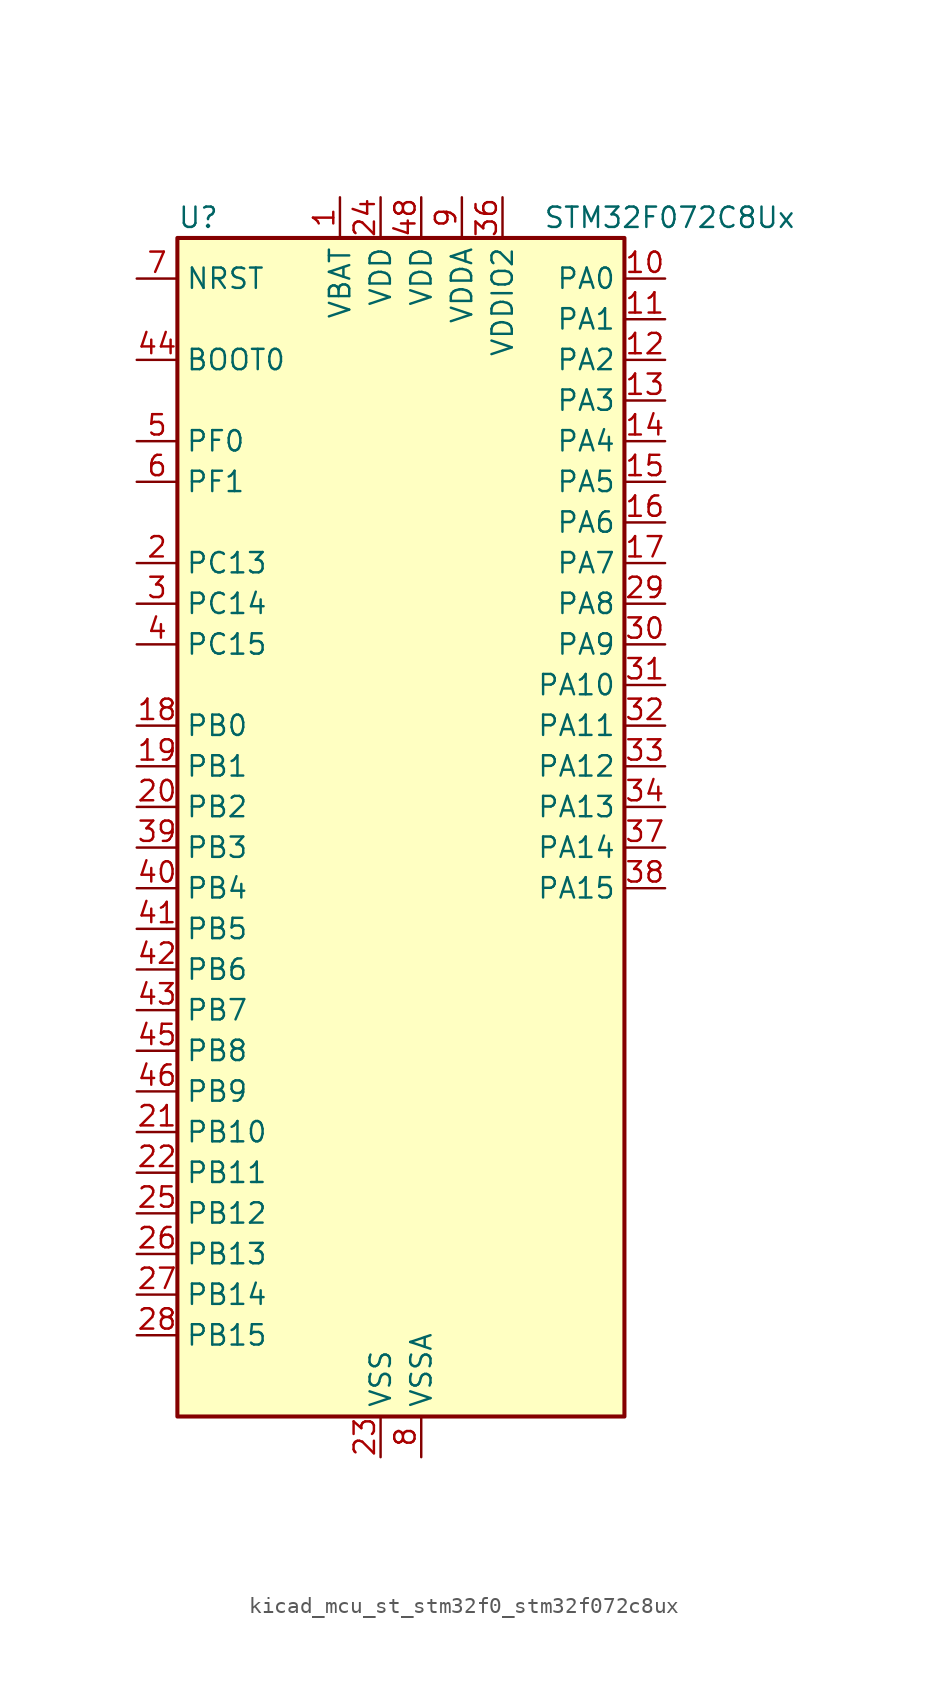
<source format=kicad_sym>
(kicad_symbol_lib
  (version 20220914)
  (generator kicad_symbol_editor)
  (symbol "kicad_mcu_st_stm32f0_stm32f072c8ux"
    (property "Reference" "U"
      (at -12.7 39.37 0)
      (effects (font (size 1.27 1.27)) (justify left)))
    (property "Value" "STM32F072C8Ux"
      (at 10.16 39.37 0)
      (effects (font (size 1.27 1.27)) (justify left)))
    (property "ki_locked" ""
      (at 0 0 0)
      (effects (font (size 1.27 1.27))))
    (symbol "kicad_mcu_st_stm32f0_stm32f072c8ux_0_1"
      (rectangle (start -12.7 -35.56) (end 15.24 38.1) (stroke (width 0.254) (type default)) (fill (type background))))
    (symbol "kicad_mcu_st_stm32f0_stm32f072c8ux_1_1"
      (pin power_in line (at -2.54 40.64 270) (length 2.54) (name "VBAT" (effects (font (size 1.27 1.27)))) (number "1" (effects (font (size 1.27 1.27)))))
      (pin bidirectional line (at 17.78 35.56 180) (length 2.54) (name "PA0" (effects (font (size 1.27 1.27)))) (number "10" (effects (font (size 1.27 1.27)))) (alternate "ADC_IN0" bidirectional line) (alternate "COMP1_INM" bidirectional line) (alternate "COMP1_OUT" bidirectional line) (alternate "RTC_TAMP2" bidirectional line) (alternate "SYS_WKUP1" bidirectional line) (alternate "TIM2_CH1" bidirectional line) (alternate "TIM2_ETR" bidirectional line) (alternate "TSC_G1_IO1" bidirectional line) (alternate "USART2_CTS" bidirectional line) (alternate "USART4_TX" bidirectional line))
      (pin bidirectional line (at 17.78 33.02 180) (length 2.54) (name "PA1" (effects (font (size 1.27 1.27)))) (number "11" (effects (font (size 1.27 1.27)))) (alternate "ADC_IN1" bidirectional line) (alternate "COMP1_INP" bidirectional line) (alternate "TIM15_CH1N" bidirectional line) (alternate "TIM2_CH2" bidirectional line) (alternate "TSC_G1_IO2" bidirectional line) (alternate "USART2_DE" bidirectional line) (alternate "USART2_RTS" bidirectional line) (alternate "USART4_RX" bidirectional line))
      (pin bidirectional line (at 17.78 30.48 180) (length 2.54) (name "PA2" (effects (font (size 1.27 1.27)))) (number "12" (effects (font (size 1.27 1.27)))) (alternate "ADC_IN2" bidirectional line) (alternate "COMP2_INM" bidirectional line) (alternate "COMP2_OUT" bidirectional line) (alternate "SYS_WKUP4" bidirectional line) (alternate "TIM15_CH1" bidirectional line) (alternate "TIM2_CH3" bidirectional line) (alternate "TSC_G1_IO3" bidirectional line) (alternate "USART2_TX" bidirectional line))
      (pin bidirectional line (at 17.78 27.94 180) (length 2.54) (name "PA3" (effects (font (size 1.27 1.27)))) (number "13" (effects (font (size 1.27 1.27)))) (alternate "ADC_IN3" bidirectional line) (alternate "COMP2_INP" bidirectional line) (alternate "TIM15_CH2" bidirectional line) (alternate "TIM2_CH4" bidirectional line) (alternate "TSC_G1_IO4" bidirectional line) (alternate "USART2_RX" bidirectional line))
      (pin bidirectional line (at 17.78 25.4 180) (length 2.54) (name "PA4" (effects (font (size 1.27 1.27)))) (number "14" (effects (font (size 1.27 1.27)))) (alternate "ADC_IN4" bidirectional line) (alternate "COMP1_INM" bidirectional line) (alternate "COMP2_INM" bidirectional line) (alternate "DAC_OUT1" bidirectional line) (alternate "I2S1_WS" bidirectional line) (alternate "SPI1_NSS" bidirectional line) (alternate "TIM14_CH1" bidirectional line) (alternate "TSC_G2_IO1" bidirectional line) (alternate "USART2_CK" bidirectional line))
      (pin bidirectional line (at 17.78 22.86 180) (length 2.54) (name "PA5" (effects (font (size 1.27 1.27)))) (number "15" (effects (font (size 1.27 1.27)))) (alternate "ADC_IN5" bidirectional line) (alternate "CEC" bidirectional line) (alternate "COMP1_INM" bidirectional line) (alternate "COMP2_INM" bidirectional line) (alternate "DAC_OUT2" bidirectional line) (alternate "I2S1_CK" bidirectional line) (alternate "SPI1_SCK" bidirectional line) (alternate "TIM2_CH1" bidirectional line) (alternate "TIM2_ETR" bidirectional line) (alternate "TSC_G2_IO2" bidirectional line))
      (pin bidirectional line (at 17.78 20.32 180) (length 2.54) (name "PA6" (effects (font (size 1.27 1.27)))) (number "16" (effects (font (size 1.27 1.27)))) (alternate "ADC_IN6" bidirectional line) (alternate "COMP1_OUT" bidirectional line) (alternate "I2S1_MCK" bidirectional line) (alternate "SPI1_MISO" bidirectional line) (alternate "TIM16_CH1" bidirectional line) (alternate "TIM1_BKIN" bidirectional line) (alternate "TIM3_CH1" bidirectional line) (alternate "TSC_G2_IO3" bidirectional line) (alternate "USART3_CTS" bidirectional line))
      (pin bidirectional line (at 17.78 17.78 180) (length 2.54) (name "PA7" (effects (font (size 1.27 1.27)))) (number "17" (effects (font (size 1.27 1.27)))) (alternate "ADC_IN7" bidirectional line) (alternate "COMP2_OUT" bidirectional line) (alternate "I2S1_SD" bidirectional line) (alternate "SPI1_MOSI" bidirectional line) (alternate "TIM14_CH1" bidirectional line) (alternate "TIM17_CH1" bidirectional line) (alternate "TIM1_CH1N" bidirectional line) (alternate "TIM3_CH2" bidirectional line) (alternate "TSC_G2_IO4" bidirectional line))
      (pin bidirectional line (at -15.24 7.62 0) (length 2.54) (name "PB0" (effects (font (size 1.27 1.27)))) (number "18" (effects (font (size 1.27 1.27)))) (alternate "ADC_IN8" bidirectional line) (alternate "TIM1_CH2N" bidirectional line) (alternate "TIM3_CH3" bidirectional line) (alternate "TSC_G3_IO2" bidirectional line) (alternate "USART3_CK" bidirectional line))
      (pin bidirectional line (at -15.24 5.08 0) (length 2.54) (name "PB1" (effects (font (size 1.27 1.27)))) (number "19" (effects (font (size 1.27 1.27)))) (alternate "ADC_IN9" bidirectional line) (alternate "TIM14_CH1" bidirectional line) (alternate "TIM1_CH3N" bidirectional line) (alternate "TIM3_CH4" bidirectional line) (alternate "TSC_G3_IO3" bidirectional line) (alternate "USART3_DE" bidirectional line) (alternate "USART3_RTS" bidirectional line))
      (pin bidirectional line (at -15.24 17.78 0) (length 2.54) (name "PC13" (effects (font (size 1.27 1.27)))) (number "2" (effects (font (size 1.27 1.27)))) (alternate "RTC_OUT_ALARM" bidirectional line) (alternate "RTC_OUT_CALIB" bidirectional line) (alternate "RTC_TAMP1" bidirectional line) (alternate "RTC_TS" bidirectional line) (alternate "SYS_WKUP2" bidirectional line))
      (pin bidirectional line (at -15.24 2.54 0) (length 2.54) (name "PB2" (effects (font (size 1.27 1.27)))) (number "20" (effects (font (size 1.27 1.27)))) (alternate "TSC_G3_IO4" bidirectional line))
      (pin bidirectional line (at -15.24 -17.78 0) (length 2.54) (name "PB10" (effects (font (size 1.27 1.27)))) (number "21" (effects (font (size 1.27 1.27)))) (alternate "CEC" bidirectional line) (alternate "I2C2_SCL" bidirectional line) (alternate "I2S2_CK" bidirectional line) (alternate "SPI2_SCK" bidirectional line) (alternate "TIM2_CH3" bidirectional line) (alternate "TSC_SYNC" bidirectional line) (alternate "USART3_TX" bidirectional line))
      (pin bidirectional line (at -15.24 -20.32 0) (length 2.54) (name "PB11" (effects (font (size 1.27 1.27)))) (number "22" (effects (font (size 1.27 1.27)))) (alternate "I2C2_SDA" bidirectional line) (alternate "TIM2_CH4" bidirectional line) (alternate "TSC_G6_IO1" bidirectional line) (alternate "USART3_RX" bidirectional line))
      (pin power_in line (at 0 -38.1 90) (length 2.54) (name "VSS" (effects (font (size 1.27 1.27)))) (number "23" (effects (font (size 1.27 1.27)))))
      (pin power_in line (at 0 40.64 270) (length 2.54) (name "VDD" (effects (font (size 1.27 1.27)))) (number "24" (effects (font (size 1.27 1.27)))))
      (pin bidirectional line (at -15.24 -22.86 0) (length 2.54) (name "PB12" (effects (font (size 1.27 1.27)))) (number "25" (effects (font (size 1.27 1.27)))) (alternate "I2S2_WS" bidirectional line) (alternate "SPI2_NSS" bidirectional line) (alternate "TIM15_BKIN" bidirectional line) (alternate "TIM1_BKIN" bidirectional line) (alternate "TSC_G6_IO2" bidirectional line) (alternate "USART3_CK" bidirectional line))
      (pin bidirectional line (at -15.24 -25.4 0) (length 2.54) (name "PB13" (effects (font (size 1.27 1.27)))) (number "26" (effects (font (size 1.27 1.27)))) (alternate "I2C2_SCL" bidirectional line) (alternate "I2S2_CK" bidirectional line) (alternate "SPI2_SCK" bidirectional line) (alternate "TIM1_CH1N" bidirectional line) (alternate "TSC_G6_IO3" bidirectional line) (alternate "USART3_CTS" bidirectional line))
      (pin bidirectional line (at -15.24 -27.94 0) (length 2.54) (name "PB14" (effects (font (size 1.27 1.27)))) (number "27" (effects (font (size 1.27 1.27)))) (alternate "I2C2_SDA" bidirectional line) (alternate "I2S2_MCK" bidirectional line) (alternate "SPI2_MISO" bidirectional line) (alternate "TIM15_CH1" bidirectional line) (alternate "TIM1_CH2N" bidirectional line) (alternate "TSC_G6_IO4" bidirectional line) (alternate "USART3_DE" bidirectional line) (alternate "USART3_RTS" bidirectional line))
      (pin bidirectional line (at -15.24 -30.48 0) (length 2.54) (name "PB15" (effects (font (size 1.27 1.27)))) (number "28" (effects (font (size 1.27 1.27)))) (alternate "I2S2_SD" bidirectional line) (alternate "RTC_REFIN" bidirectional line) (alternate "SPI2_MOSI" bidirectional line) (alternate "SYS_WKUP7" bidirectional line) (alternate "TIM15_CH1N" bidirectional line) (alternate "TIM15_CH2" bidirectional line) (alternate "TIM1_CH3N" bidirectional line))
      (pin bidirectional line (at 17.78 15.24 180) (length 2.54) (name "PA8" (effects (font (size 1.27 1.27)))) (number "29" (effects (font (size 1.27 1.27)))) (alternate "CRS_SYNC" bidirectional line) (alternate "RCC_MCO" bidirectional line) (alternate "TIM1_CH1" bidirectional line) (alternate "USART1_CK" bidirectional line))
      (pin bidirectional line (at -15.24 15.24 0) (length 2.54) (name "PC14" (effects (font (size 1.27 1.27)))) (number "3" (effects (font (size 1.27 1.27)))) (alternate "RCC_OSC32_IN" bidirectional line))
      (pin bidirectional line (at 17.78 12.7 180) (length 2.54) (name "PA9" (effects (font (size 1.27 1.27)))) (number "30" (effects (font (size 1.27 1.27)))) (alternate "DAC_EXTI9" bidirectional line) (alternate "TIM15_BKIN" bidirectional line) (alternate "TIM1_CH2" bidirectional line) (alternate "TSC_G4_IO1" bidirectional line) (alternate "USART1_TX" bidirectional line))
      (pin bidirectional line (at 17.78 10.16 180) (length 2.54) (name "PA10" (effects (font (size 1.27 1.27)))) (number "31" (effects (font (size 1.27 1.27)))) (alternate "TIM17_BKIN" bidirectional line) (alternate "TIM1_CH3" bidirectional line) (alternate "TSC_G4_IO2" bidirectional line) (alternate "USART1_RX" bidirectional line))
      (pin bidirectional line (at 17.78 7.62 180) (length 2.54) (name "PA11" (effects (font (size 1.27 1.27)))) (number "32" (effects (font (size 1.27 1.27)))) (alternate "CAN_RX" bidirectional line) (alternate "COMP1_OUT" bidirectional line) (alternate "TIM1_CH4" bidirectional line) (alternate "TSC_G4_IO3" bidirectional line) (alternate "USART1_CTS" bidirectional line) (alternate "USB_DM" bidirectional line))
      (pin bidirectional line (at 17.78 5.08 180) (length 2.54) (name "PA12" (effects (font (size 1.27 1.27)))) (number "33" (effects (font (size 1.27 1.27)))) (alternate "CAN_TX" bidirectional line) (alternate "COMP2_OUT" bidirectional line) (alternate "TIM1_ETR" bidirectional line) (alternate "TSC_G4_IO4" bidirectional line) (alternate "USART1_DE" bidirectional line) (alternate "USART1_RTS" bidirectional line) (alternate "USB_DP" bidirectional line))
      (pin bidirectional line (at 17.78 2.54 180) (length 2.54) (name "PA13" (effects (font (size 1.27 1.27)))) (number "34" (effects (font (size 1.27 1.27)))) (alternate "IR_OUT" bidirectional line) (alternate "SYS_SWDIO" bidirectional line) (alternate "USB_NOE" bidirectional line))
      (pin passive line (at 0 -38.1 90) (length 2.54) hide (name "VSS" (effects (font (size 1.27 1.27)))) (number "35" (effects (font (size 1.27 1.27)))))
      (pin power_in line (at 7.62 40.64 270) (length 2.54) (name "VDDIO2" (effects (font (size 1.27 1.27)))) (number "36" (effects (font (size 1.27 1.27)))))
      (pin bidirectional line (at 17.78 0 180) (length 2.54) (name "PA14" (effects (font (size 1.27 1.27)))) (number "37" (effects (font (size 1.27 1.27)))) (alternate "SYS_SWCLK" bidirectional line) (alternate "USART2_TX" bidirectional line))
      (pin bidirectional line (at 17.78 -2.54 180) (length 2.54) (name "PA15" (effects (font (size 1.27 1.27)))) (number "38" (effects (font (size 1.27 1.27)))) (alternate "I2S1_WS" bidirectional line) (alternate "SPI1_NSS" bidirectional line) (alternate "TIM2_CH1" bidirectional line) (alternate "TIM2_ETR" bidirectional line) (alternate "USART2_RX" bidirectional line) (alternate "USART4_DE" bidirectional line) (alternate "USART4_RTS" bidirectional line))
      (pin bidirectional line (at -15.24 0 0) (length 2.54) (name "PB3" (effects (font (size 1.27 1.27)))) (number "39" (effects (font (size 1.27 1.27)))) (alternate "I2S1_CK" bidirectional line) (alternate "SPI1_SCK" bidirectional line) (alternate "TIM2_CH2" bidirectional line) (alternate "TSC_G5_IO1" bidirectional line))
      (pin bidirectional line (at -15.24 12.7 0) (length 2.54) (name "PC15" (effects (font (size 1.27 1.27)))) (number "4" (effects (font (size 1.27 1.27)))) (alternate "RCC_OSC32_OUT" bidirectional line))
      (pin bidirectional line (at -15.24 -2.54 0) (length 2.54) (name "PB4" (effects (font (size 1.27 1.27)))) (number "40" (effects (font (size 1.27 1.27)))) (alternate "I2S1_MCK" bidirectional line) (alternate "SPI1_MISO" bidirectional line) (alternate "TIM17_BKIN" bidirectional line) (alternate "TIM3_CH1" bidirectional line) (alternate "TSC_G5_IO2" bidirectional line))
      (pin bidirectional line (at -15.24 -5.08 0) (length 2.54) (name "PB5" (effects (font (size 1.27 1.27)))) (number "41" (effects (font (size 1.27 1.27)))) (alternate "I2C1_SMBA" bidirectional line) (alternate "I2S1_SD" bidirectional line) (alternate "SPI1_MOSI" bidirectional line) (alternate "SYS_WKUP6" bidirectional line) (alternate "TIM16_BKIN" bidirectional line) (alternate "TIM3_CH2" bidirectional line))
      (pin bidirectional line (at -15.24 -7.62 0) (length 2.54) (name "PB6" (effects (font (size 1.27 1.27)))) (number "42" (effects (font (size 1.27 1.27)))) (alternate "I2C1_SCL" bidirectional line) (alternate "TIM16_CH1N" bidirectional line) (alternate "TSC_G5_IO3" bidirectional line) (alternate "USART1_TX" bidirectional line))
      (pin bidirectional line (at -15.24 -10.16 0) (length 2.54) (name "PB7" (effects (font (size 1.27 1.27)))) (number "43" (effects (font (size 1.27 1.27)))) (alternate "I2C1_SDA" bidirectional line) (alternate "TIM17_CH1N" bidirectional line) (alternate "TSC_G5_IO4" bidirectional line) (alternate "USART1_RX" bidirectional line) (alternate "USART4_CTS" bidirectional line))
      (pin input line (at -15.24 30.48 0) (length 2.54) (name "BOOT0" (effects (font (size 1.27 1.27)))) (number "44" (effects (font (size 1.27 1.27)))))
      (pin bidirectional line (at -15.24 -12.7 0) (length 2.54) (name "PB8" (effects (font (size 1.27 1.27)))) (number "45" (effects (font (size 1.27 1.27)))) (alternate "CAN_RX" bidirectional line) (alternate "CEC" bidirectional line) (alternate "I2C1_SCL" bidirectional line) (alternate "TIM16_CH1" bidirectional line) (alternate "TSC_SYNC" bidirectional line))
      (pin bidirectional line (at -15.24 -15.24 0) (length 2.54) (name "PB9" (effects (font (size 1.27 1.27)))) (number "46" (effects (font (size 1.27 1.27)))) (alternate "CAN_TX" bidirectional line) (alternate "DAC_EXTI9" bidirectional line) (alternate "I2C1_SDA" bidirectional line) (alternate "I2S2_WS" bidirectional line) (alternate "IR_OUT" bidirectional line) (alternate "SPI2_NSS" bidirectional line) (alternate "TIM17_CH1" bidirectional line))
      (pin passive line (at 0 -38.1 90) (length 2.54) hide (name "VSS" (effects (font (size 1.27 1.27)))) (number "47" (effects (font (size 1.27 1.27)))))
      (pin power_in line (at 2.54 40.64 270) (length 2.54) (name "VDD" (effects (font (size 1.27 1.27)))) (number "48" (effects (font (size 1.27 1.27)))))
      (pin passive line (at 0 -38.1 90) (length 2.54) hide (name "VSS" (effects (font (size 1.27 1.27)))) (number "49" (effects (font (size 1.27 1.27)))))
      (pin bidirectional line (at -15.24 25.4 0) (length 2.54) (name "PF0" (effects (font (size 1.27 1.27)))) (number "5" (effects (font (size 1.27 1.27)))) (alternate "CRS_SYNC" bidirectional line) (alternate "RCC_OSC_IN" bidirectional line))
      (pin bidirectional line (at -15.24 22.86 0) (length 2.54) (name "PF1" (effects (font (size 1.27 1.27)))) (number "6" (effects (font (size 1.27 1.27)))) (alternate "RCC_OSC_OUT" bidirectional line))
      (pin input line (at -15.24 35.56 0) (length 2.54) (name "NRST" (effects (font (size 1.27 1.27)))) (number "7" (effects (font (size 1.27 1.27)))))
      (pin power_in line (at 2.54 -38.1 90) (length 2.54) (name "VSSA" (effects (font (size 1.27 1.27)))) (number "8" (effects (font (size 1.27 1.27)))))
      (pin power_in line (at 5.08 40.64 270) (length 2.54) (name "VDDA" (effects (font (size 1.27 1.27)))) (number "9" (effects (font (size 1.27 1.27))))))))
</source>
